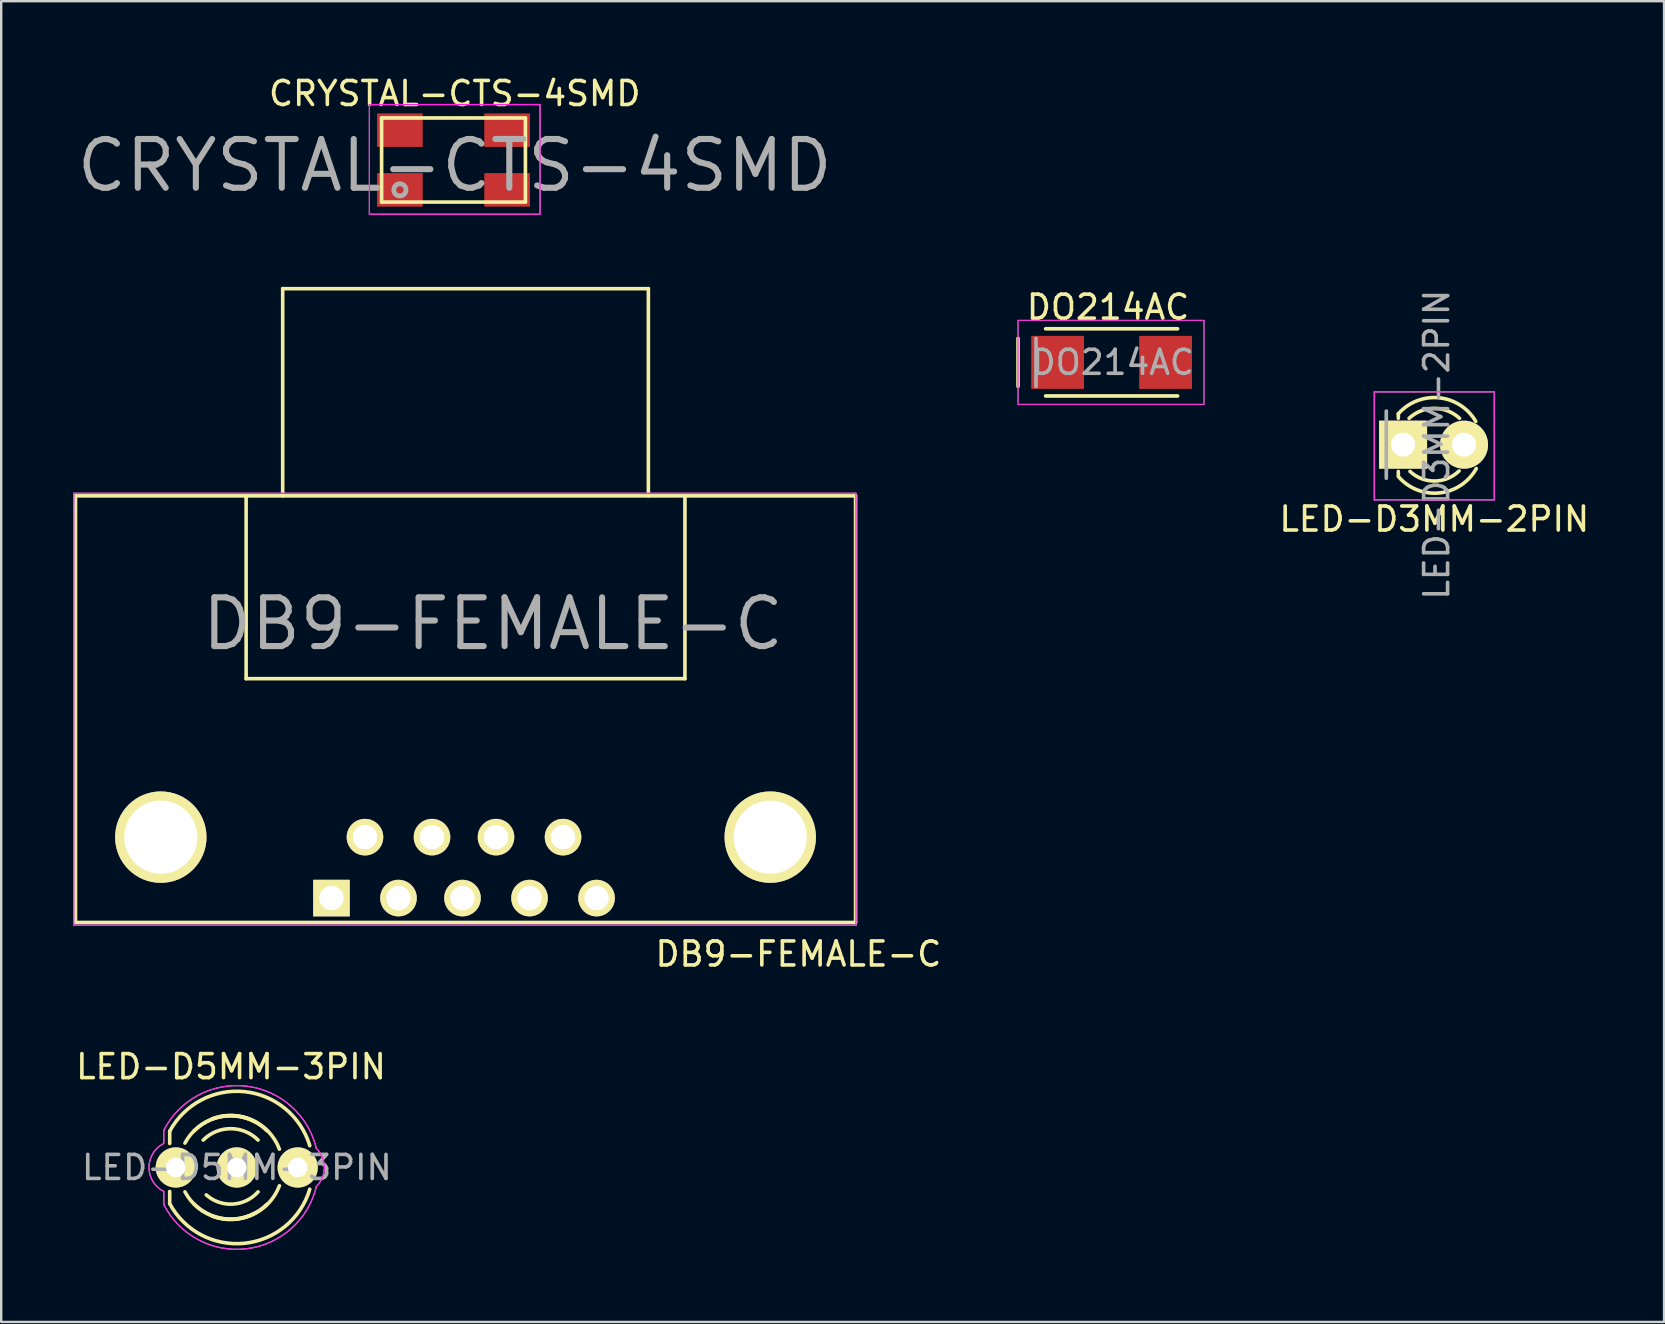
<source format=kicad_pcb>
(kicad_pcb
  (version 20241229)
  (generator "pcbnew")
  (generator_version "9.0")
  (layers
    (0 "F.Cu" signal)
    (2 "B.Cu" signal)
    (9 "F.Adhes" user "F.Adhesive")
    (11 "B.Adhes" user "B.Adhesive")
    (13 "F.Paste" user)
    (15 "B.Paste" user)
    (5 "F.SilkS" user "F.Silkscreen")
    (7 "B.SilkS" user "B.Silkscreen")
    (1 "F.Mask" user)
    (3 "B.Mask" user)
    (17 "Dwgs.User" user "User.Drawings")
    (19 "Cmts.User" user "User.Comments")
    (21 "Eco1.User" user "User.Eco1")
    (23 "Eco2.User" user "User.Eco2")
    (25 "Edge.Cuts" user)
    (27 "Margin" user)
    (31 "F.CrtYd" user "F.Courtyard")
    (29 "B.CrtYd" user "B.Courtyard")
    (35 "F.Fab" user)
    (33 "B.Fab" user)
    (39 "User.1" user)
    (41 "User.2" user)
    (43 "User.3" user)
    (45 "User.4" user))
  (footprint "DB9-FEMALE-C"
    (layer "F.Cu")
    (at 16.225 33.11)
    (property "Reference" "DB9-FEMALE-C" (at 1.27 -10.16 0) (layer "F.Fab") (effects (font (size 2.032 2.032) (thickness 0.254))))
    (attr through_hole)
    (fp_line (start -16.129 -15.494) (end -16.129 2.286) (stroke (width 0.15) (type solid)) (layer "F.SilkS"))
    (fp_line (start -16.129 2.286) (end 16.383 2.286) (stroke (width 0.15) (type solid)) (layer "F.SilkS"))
    (fp_line (start -9.017 -15.494) (end -9.017 -7.874) (stroke (width 0.15) (type solid)) (layer "F.SilkS"))
    (fp_line (start -9.017 -7.874) (end 9.271 -7.874) (stroke (width 0.15) (type solid)) (layer "F.SilkS"))
    (fp_line (start -7.493 -24.13) (end 7.747 -24.13) (stroke (width 0.15) (type solid)) (layer "F.SilkS"))
    (fp_line (start -7.493 -15.494) (end -7.493 -24.13) (stroke (width 0.15) (type solid)) (layer "F.SilkS"))
    (fp_line (start 7.747 -24.13) (end 7.747 -15.494) (stroke (width 0.15) (type solid)) (layer "F.SilkS"))
    (fp_line (start 9.271 -7.874) (end 9.271 -15.494) (stroke (width 0.15) (type solid)) (layer "F.SilkS"))
    (fp_line (start 16.383 -15.494) (end -16.129 -15.494) (stroke (width 0.15) (type solid)) (layer "F.SilkS"))
    (fp_line (start 16.383 2.286) (end 16.383 -15.494) (stroke (width 0.15) (type solid)) (layer "F.SilkS"))
    (fp_line (start -16.2 -15.6) (end 16.4 -15.6) (stroke (width 0.051) (type solid)) (layer "F.CrtYd"))
    (fp_line (start -16.2 2.4) (end -16.2 -15.6) (stroke (width 0.051) (type solid)) (layer "F.CrtYd"))
    (fp_line (start 16.4 -15.6) (end 16.4 2.4) (stroke (width 0.051) (type solid)) (layer "F.CrtYd"))
    (fp_line (start 16.4 2.4) (end -16.2 2.4) (stroke (width 0.051) (type solid)) (layer "F.CrtYd"))
    (fp_line (start -16.2 -15.6) (end 16.4 -15.6) (stroke (width 0.051) (type solid)) (layer "F.Fab"))
    (fp_line (start -16.2 2.4) (end -16.2 -15.6) (stroke (width 0.051) (type solid)) (layer "F.Fab"))
    (fp_line (start 16.4 -15.6) (end 16.4 2.4) (stroke (width 0.051) (type solid)) (layer "F.Fab"))
    (fp_line (start 16.4 2.4) (end -16.2 2.4) (stroke (width 0.051) (type solid)) (layer "F.Fab"))
    (fp_text user "${REFERENCE}" (at 14 3.6 0) (layer "F.SilkS") (effects (font (size 1 1) (thickness 0.15))))
    (pad "" thru_hole circle (at -12.573 -1.27) (size 3.81 3.81) (drill 3.048) (layers "*.Cu" "*.Mask" "F.SilkS"))
    (pad "" thru_hole circle (at 12.827 -1.27) (size 3.81 3.81) (drill 3.048) (layers "*.Cu" "*.Mask" "F.SilkS"))
    (pad "1" thru_hole rect (at -5.461 1.27) (size 1.524 1.524) (drill 1.016) (layers "*.Cu" "*.Mask" "F.SilkS"))
    (pad "2" thru_hole circle (at -2.667 1.27) (size 1.524 1.524) (drill 1.016) (layers "*.Cu" "*.Mask" "F.SilkS"))
    (pad "3" thru_hole circle (at 0 1.27) (size 1.524 1.524) (drill 1.016) (layers "*.Cu" "*.Mask" "F.SilkS"))
    (pad "4" thru_hole circle (at 2.794 1.27) (size 1.524 1.524) (drill 1.016) (layers "*.Cu" "*.Mask" "F.SilkS"))
    (pad "5" thru_hole circle (at 5.588 1.27) (size 1.524 1.524) (drill 1.016) (layers "*.Cu" "*.Mask" "F.SilkS"))
    (pad "6" thru_hole circle (at -4.064 -1.27) (size 1.524 1.524) (drill 1.016) (layers "*.Cu" "*.Mask" "F.SilkS"))
    (pad "7" thru_hole circle (at -1.27 -1.27) (size 1.524 1.524) (drill 1.016) (layers "*.Cu" "*.Mask" "F.SilkS"))
    (pad "8" thru_hole circle (at 1.397 -1.27) (size 1.524 1.524) (drill 1.016) (layers "*.Cu" "*.Mask" "F.SilkS"))
    (pad "9" thru_hole circle (at 4.191 -1.27) (size 1.524 1.524) (drill 1.016) (layers "*.Cu" "*.Mask" "F.SilkS")))
  (footprint "DO214AC"
    (layer "F.Cu")
    (at 43.129 12.053)
    (property "Reference" "DO214AC" (at 0.2 0 0) (layer "F.Fab") (effects (font (size 1 1) (thickness 0.15))))
    (attr through_hole)
    (fp_line (start -3.75 -1) (end -3.75 1) (stroke (width 0.152) (type solid)) (layer "F.SilkS"))
    (fp_line (start -2.6 -1.4) (end 2.9 -1.4) (stroke (width 0.152) (type solid)) (layer "F.SilkS"))
    (fp_line (start -2.6 1.4) (end 2.9 1.4) (stroke (width 0.152) (type solid)) (layer "F.SilkS"))
    (fp_line (start -3.75 -1.75) (end -3.75 1.75) (stroke (width 0.041) (type solid)) (layer "F.CrtYd"))
    (fp_line (start -3.75 1.75) (end 4 1.75) (stroke (width 0.041) (type solid)) (layer "F.CrtYd"))
    (fp_line (start 4 -1.75) (end -3.75 -1.75) (stroke (width 0.041) (type solid)) (layer "F.CrtYd"))
    (fp_line (start 4 1.75) (end 4 -1.75) (stroke (width 0.041) (type solid)) (layer "F.CrtYd"))
    (fp_line (start -3.75 -1.75) (end -3.75 1.75) (stroke (width 0.041) (type solid)) (layer "F.Fab"))
    (fp_line (start -3.75 1.75) (end 4 1.75) (stroke (width 0.041) (type solid)) (layer "F.Fab"))
    (fp_line (start -3 -1) (end -3 1) (stroke (width 0.152) (type solid)) (layer "F.Fab"))
    (fp_line (start 4 -1.75) (end -3.75 -1.75) (stroke (width 0.041) (type solid)) (layer "F.Fab"))
    (fp_line (start 4 1.75) (end 4 -1.75) (stroke (width 0.041) (type solid)) (layer "F.Fab"))
    (fp_text user "${REFERENCE}" (at 0 -2.3 0) (layer "F.SilkS") (effects (font (size 1 1) (thickness 0.15))))
    (pad "1" smd rect (at -2.1 0) (size 2.2 2.21) (layers "F.Cu" "F.Mask" "F.Paste"))
    (pad "2" smd rect (at 2.4 0) (size 2.2 2.21) (layers "F.Cu" "F.Mask" "F.Paste")))
  (footprint "CRYSTAL-CTS-4SMD"
    (layer "F.Cu")
    (at 15.902 3.848)
    (property "Reference" "CRYSTAL-CTS-4SMD" (at 0 0 0) (layer "F.Fab") (effects (font (size 2.032 2.032) (thickness 0.254))))
    (attr through_hole)
    (fp_line (start -3.048 -1.981) (end 2.946 -1.981) (stroke (width 0.152) (type solid)) (layer "F.SilkS"))
    (fp_line (start -3.048 1.524) (end -3.048 -1.981) (stroke (width 0.152) (type solid)) (layer "F.SilkS"))
    (fp_line (start -3.048 1.524) (end 2.946 1.524) (stroke (width 0.152) (type solid)) (layer "F.SilkS"))
    (fp_line (start 2.946 1.524) (end 2.946 -1.981) (stroke (width 0.152) (type solid)) (layer "F.SilkS"))
    (fp_line (start -3.556 -2.54) (end -3.556 2.032) (stroke (width 0.05) (type solid)) (layer "F.CrtYd"))
    (fp_line (start -3.556 2.032) (end 3.302 2.032) (stroke (width 0.05) (type solid)) (layer "F.CrtYd"))
    (fp_line (start 3.302 -2.54) (end -3.556 -2.54) (stroke (width 0.05) (type solid)) (layer "F.CrtYd"))
    (fp_line (start 3.302 -2.54) (end 3.556 -2.54) (stroke (width 0.05) (type solid)) (layer "F.CrtYd"))
    (fp_line (start 3.556 -2.54) (end 3.556 2.032) (stroke (width 0.05) (type solid)) (layer "F.CrtYd"))
    (fp_line (start 3.556 2.032) (end 3.302 2.032) (stroke (width 0.05) (type solid)) (layer "F.CrtYd"))
    (fp_line (start -3.556 -2.54) (end 3.556 -2.54) (stroke (width 0.05) (type solid)) (layer "F.Fab"))
    (fp_line (start -3.556 2.032) (end -3.556 -2.54) (stroke (width 0.05) (type solid)) (layer "F.Fab"))
    (fp_line (start 3.556 -2.54) (end 3.556 2.032) (stroke (width 0.05) (type solid)) (layer "F.Fab"))
    (fp_line (start 3.556 2.032) (end -3.556 2.032) (stroke (width 0.05) (type solid)) (layer "F.Fab"))
    (fp_circle (center -2.286 1.016) (end -2.032 1.016) (stroke (width 0.2) (type solid)) (fill no) (layer "F.Fab"))
    (fp_text user "${REFERENCE}" (at 0 -3 0) (layer "F.SilkS") (effects (font (size 1 1) (thickness 0.15))))
    (pad "1" smd rect (at -2.286 1.016) (size 1.905 1.397) (layers "F.Cu" "F.Mask" "F.Paste"))
    (pad "2" smd rect (at 2.184 1.016) (size 1.905 1.397) (layers "F.Cu" "F.Mask" "F.Paste"))
    (pad "3" smd rect (at 2.184 -1.473) (size 1.905 1.397) (layers "F.Cu" "F.Mask" "F.Paste"))
    (pad "4" smd rect (at -2.286 -1.473) (size 1.905 1.397) (layers "F.Cu" "F.Mask" "F.Paste")))
  (footprint "LED-D3MM-2PIN"
    (layer "F.Cu")
    (at 55.427 15.483)
    (property "Reference" "LED-D3MM-2PIN" (at 1.4 0 90) (layer "F.Fab") (effects (font (size 1 1) (thickness 0.15))))
    (attr through_hole)
    (fp_line (start -0.199 -1.28) (end -0.199 -1.1) (stroke (width 0.15) (type solid)) (layer "F.SilkS"))
    (fp_line (start -0.199 1.314) (end -0.199 1.114) (stroke (width 0.15) (type solid)) (layer "F.SilkS"))
    (fp_arc (start -0.199 -1.286) (mid 1.495903 -1.954571) (end 3.028744 -0.969643) (stroke (width 0.15) (type solid)) (layer "F.SilkS"))
    (fp_arc (start 0.25 -1.1) (mid 1.301686 -1.512142) (end 2.353005 -1.099067) (stroke (width 0.15) (type solid)) (layer "F.SilkS"))
    (fp_arc (start 2.335 1.094) (mid 1.31492 1.51473) (end 0.287111 1.113252) (stroke (width 0.15) (type solid)) (layer "F.SilkS"))
    (fp_arc (start 3.051 0.994) (mid 1.522637 2.009958) (end -0.18622 1.340726) (stroke (width 0.15) (type solid)) (layer "F.SilkS"))
    (fp_line (start -1.2 -2.2) (end -1.2 2.3) (stroke (width 0.05) (type solid)) (layer "F.CrtYd"))
    (fp_line (start -1.2 2.3) (end 3.8 2.3) (stroke (width 0.05) (type solid)) (layer "F.CrtYd"))
    (fp_line (start 3.8 -2.2) (end -1.2 -2.2) (stroke (width 0.05) (type solid)) (layer "F.CrtYd"))
    (fp_line (start 3.8 2.3) (end 3.8 -2.2) (stroke (width 0.05) (type solid)) (layer "F.CrtYd"))
    (fp_line (start -1.2 -2.2) (end -1.2 2.3) (stroke (width 0.051) (type solid)) (layer "F.Fab"))
    (fp_line (start -1.2 2.3) (end 3.8 2.3) (stroke (width 0.051) (type solid)) (layer "F.Fab"))
    (fp_line (start -0.7 -1.4) (end -0.7 1.4) (stroke (width 0.152) (type solid)) (layer "F.Fab"))
    (fp_line (start 3.8 -2.2) (end -1.2 -2.2) (stroke (width 0.051) (type solid)) (layer "F.Fab"))
    (fp_line (start 3.8 2.3) (end 3.8 -2.2) (stroke (width 0.051) (type solid)) (layer "F.Fab"))
    (fp_text user "${REFERENCE}" (at 1.3 3.1 0) (layer "F.SilkS") (effects (font (size 1 1) (thickness 0.15))))
    (pad "1" thru_hole rect (at 0 0 90) (size 2 2) (drill 1.001) (layers "*.Cu" "*.Mask" "F.SilkS"))
    (pad "2" thru_hole circle (at 2.54 0) (size 2 2) (drill 1.001) (layers "*.Cu" "*.Mask" "F.SilkS")))
  (footprint "LED-D5MM-3PIN"
    (layer "F.Cu")
    (at 4.277 45.607)
    (property "Reference" "LED-D5MM-3PIN" (at 2.545 0 0) (layer "F.Fab") (effects (font (size 1 1) (thickness 0.15))))
    (attr through_hole)
    (fp_line (start -0.254 -1.51) (end -0.254 -1) (stroke (width 0.15) (type solid)) (layer "F.SilkS"))
    (fp_line (start -0.254 1) (end -0.254 1.51) (stroke (width 0.15) (type solid)) (layer "F.SilkS"))
    (fp_arc (start -0.254 -1.51) (mid 2.865841 -3.159171) (end 5.583388 -0.907925) (stroke (width 0.15) (type solid)) (layer "F.SilkS"))
    (fp_arc (start 0.381 -1.016) (mid 1.657382 -2.065459) (end 3.302 -1.905) (stroke (width 0.15) (type solid)) (layer "F.SilkS"))
    (fp_arc (start 0.762 -1.524) (mid 2.286 -2.155261) (end 3.81 -1.524) (stroke (width 0.15) (type solid)) (layer "F.SilkS"))
    (fp_arc (start 1.143 -1.143) (mid 2.286 -1.616446) (end 3.429 -1.143) (stroke (width 0.15) (type solid)) (layer "F.SilkS"))
    (fp_arc (start 1.524 -2.032) (mid 3.184026 -1.975656) (end 4.318 -0.762) (stroke (width 0.15) (type solid)) (layer "F.SilkS"))
    (fp_arc (start 3.302 1.905) (mid 1.657382 2.065459) (end 0.381 1.016) (stroke (width 0.15) (type solid)) (layer "F.SilkS"))
    (fp_arc (start 3.429 1.016) (mid 2.375803 1.526644) (end 1.27 1.143) (stroke (width 0.15) (type solid)) (layer "F.SilkS"))
    (fp_arc (start 3.81 1.524) (mid 2.286 2.155261) (end 0.762 1.524) (stroke (width 0.15) (type solid)) (layer "F.SilkS"))
    (fp_arc (start 4.318 0.762) (mid 3.184026 1.975656) (end 1.524 2.032) (stroke (width 0.15) (type solid)) (layer "F.SilkS"))
    (fp_arc (start 5.583388 0.907925) (mid 2.865841 3.159172) (end -0.254 1.51) (stroke (width 0.15) (type solid)) (layer "F.SilkS"))
    (fp_line (start -0.5 -1) (end -0.5 -1.55) (stroke (width 0.05) (type solid)) (layer "F.CrtYd"))
    (fp_line (start -0.5 1) (end -0.5 1.55) (stroke (width 0.05) (type solid)) (layer "F.CrtYd"))
    (fp_arc (start -0.5 -1.55) (mid 2.927211 -3.390305) (end 5.851209 -0.82462) (stroke (width 0.05) (type solid)) (layer "F.CrtYd"))
    (fp_arc (start -0.5 1) (mid -1.117885 0.018243) (end -0.532364 -0.983152) (stroke (width 0.05) (type solid)) (layer "F.CrtYd"))
    (fp_arc (start 5.85 -0.8) (mid 6.190158 -0.021213) (end 5.88 0.77) (stroke (width 0.05) (type solid)) (layer "F.CrtYd"))
    (fp_arc (start 5.862399 0.778308) (mid 2.95087 3.387519) (end -0.5 1.55) (stroke (width 0.05) (type solid)) (layer "F.CrtYd"))
    (fp_line (start -0.5 -1) (end -0.5 -1.55) (stroke (width 0.05) (type solid)) (layer "F.Fab"))
    (fp_line (start -0.5 1) (end -0.5 1.55) (stroke (width 0.05) (type solid)) (layer "F.Fab"))
    (fp_arc (start -0.5 -1.55) (mid 2.927211 -3.390305) (end 5.851209 -0.82462) (stroke (width 0.05) (type solid)) (layer "F.Fab"))
    (fp_arc (start -0.5 1) (mid -1.117885 0.018243) (end -0.532364 -0.983152) (stroke (width 0.05) (type solid)) (layer "F.Fab"))
    (fp_arc (start 5.85 -0.8) (mid 6.190158 -0.021213) (end 5.88 0.77) (stroke (width 0.05) (type solid)) (layer "F.Fab"))
    (fp_arc (start 5.862399 0.778308) (mid 2.95087 3.387519) (end -0.5 1.55) (stroke (width 0.05) (type solid)) (layer "F.Fab"))
    (fp_text user "${REFERENCE}" (at 2.3 -4.2 0) (layer "F.SilkS") (effects (font (size 1 1) (thickness 0.15))))
    (pad "1" thru_hole circle (at 0 0 180) (size 1.676 1.676) (drill 0.813) (layers "*.Cu" "*.Mask" "F.SilkS"))
    (pad "2" thru_hole circle (at 2.54 0 180) (size 1.676 1.676) (drill 0.813) (layers "*.Cu" "*.Mask" "F.SilkS"))
    (pad "3" thru_hole circle (at 5.08 0 180) (size 1.676 1.676) (drill 0.813) (layers "*.Cu" "*.Mask" "F.SilkS")))
  (gr_rect
    (start -3 -3)
    (end 66.304 52.044)
    (stroke (width 0.1) (type default))
    (fill no)
    (layer "Edge.Cuts")))
</source>
